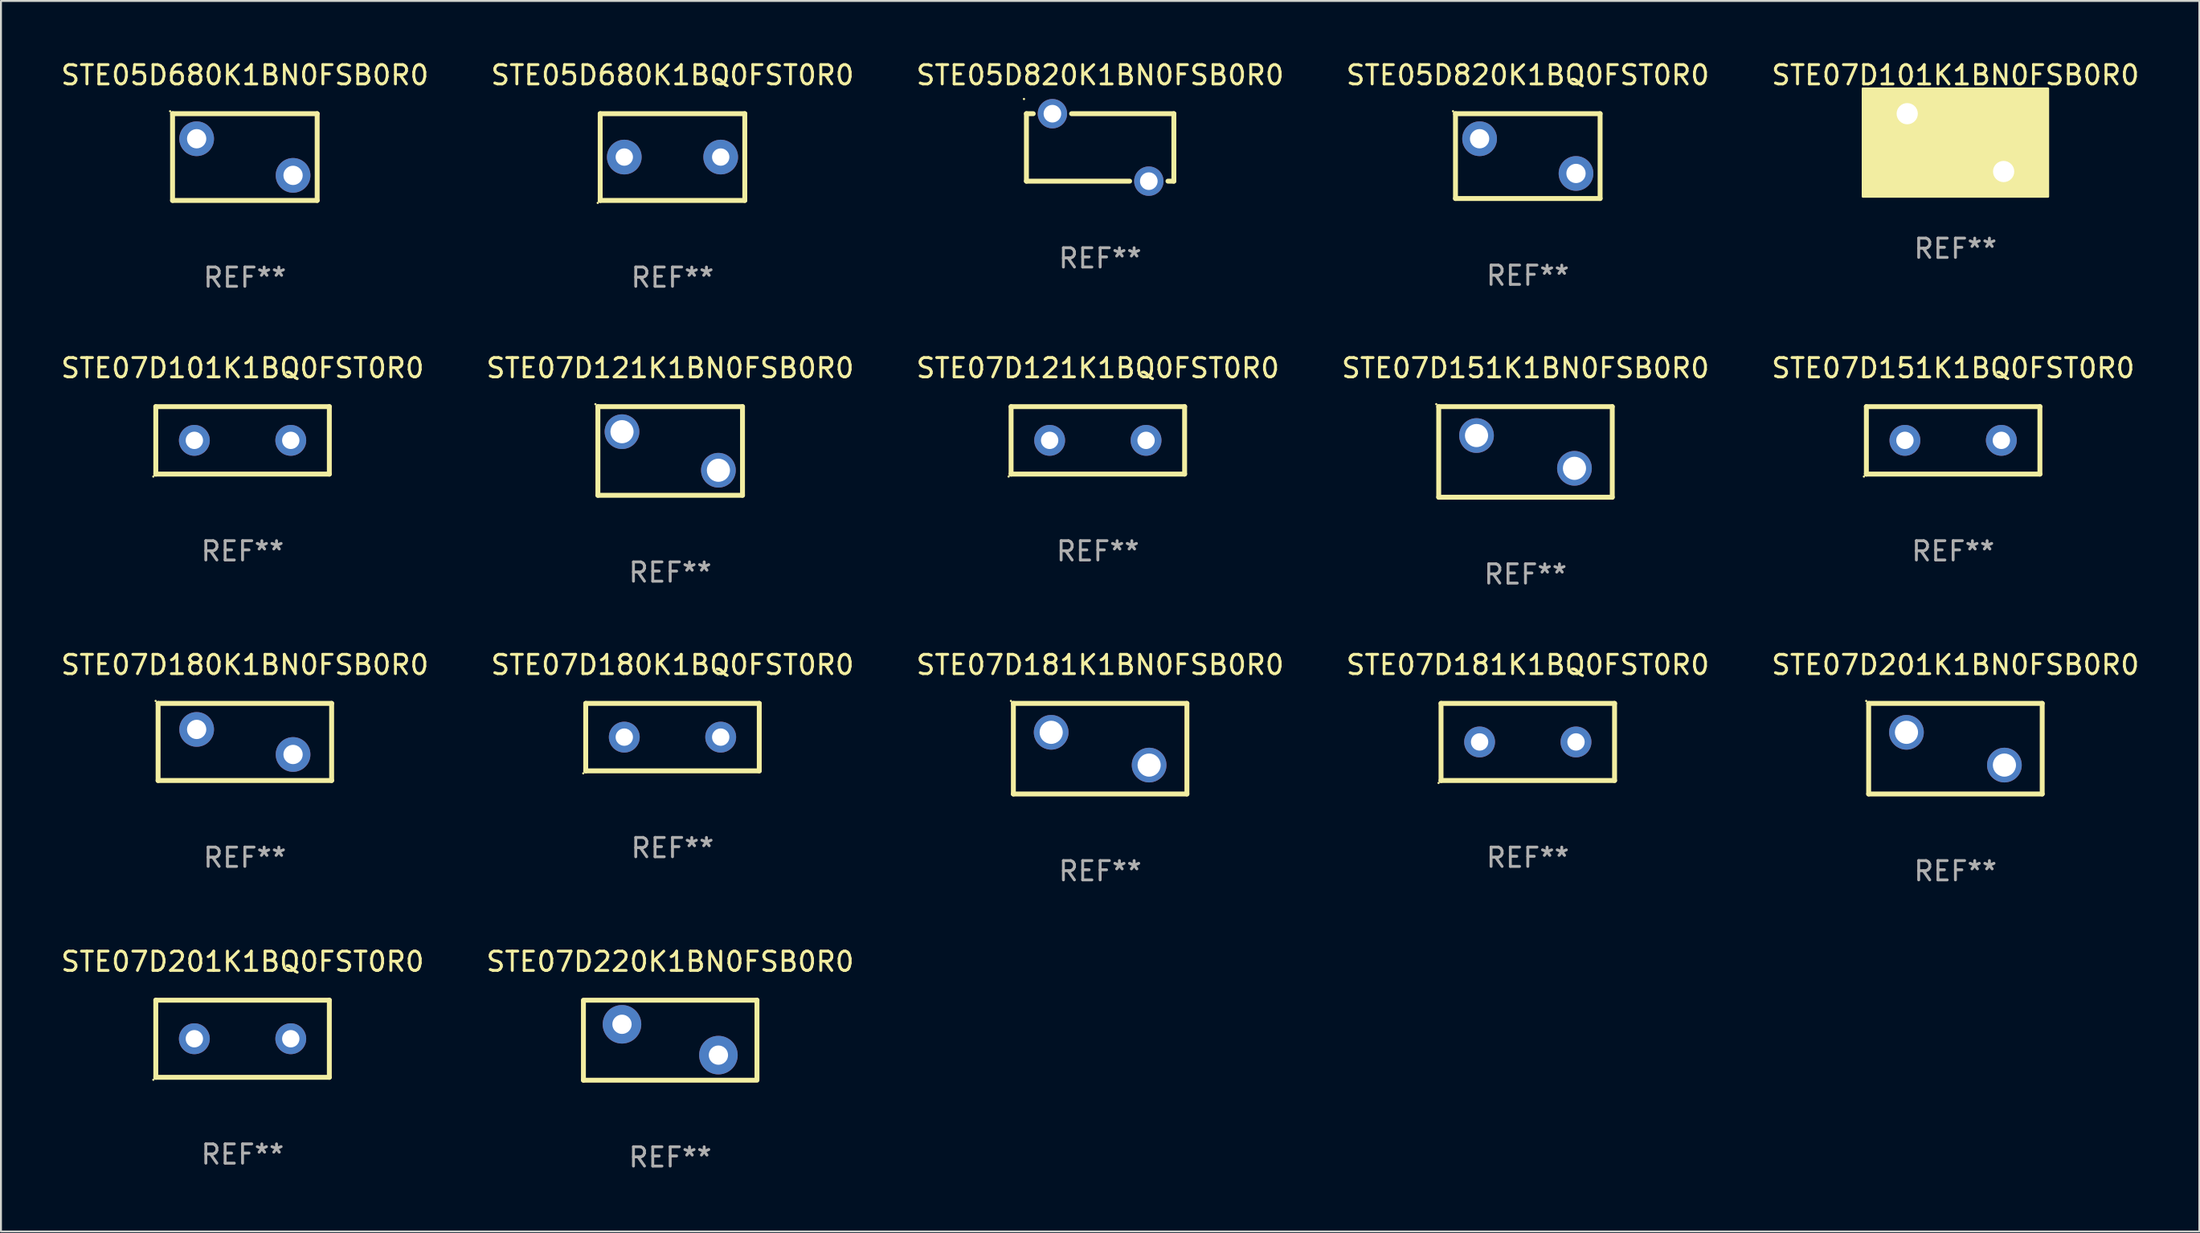
<source format=kicad_pcb>
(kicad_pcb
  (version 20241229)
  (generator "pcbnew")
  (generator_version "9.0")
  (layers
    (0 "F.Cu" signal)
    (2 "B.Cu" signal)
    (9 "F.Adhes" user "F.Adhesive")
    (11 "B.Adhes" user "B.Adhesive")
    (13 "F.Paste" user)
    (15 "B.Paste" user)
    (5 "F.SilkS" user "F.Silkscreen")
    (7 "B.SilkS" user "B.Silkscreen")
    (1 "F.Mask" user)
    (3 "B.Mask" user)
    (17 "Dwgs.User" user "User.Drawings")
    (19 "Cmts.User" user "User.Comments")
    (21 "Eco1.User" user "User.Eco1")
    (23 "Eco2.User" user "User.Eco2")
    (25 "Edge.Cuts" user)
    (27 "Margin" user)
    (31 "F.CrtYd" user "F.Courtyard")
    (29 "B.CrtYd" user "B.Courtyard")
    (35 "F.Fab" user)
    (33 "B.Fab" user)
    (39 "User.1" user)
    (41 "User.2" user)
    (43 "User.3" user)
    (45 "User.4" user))
  (footprint "STE07D201K1BQ0FST0R0"
    (layer "F.Cu")
    (at 9.53 50.838)
    (property "Reference" "STE07D201K1BQ0FST0R0" (at 0 -4 0) (layer "F.SilkS") (effects (font (size 1 1) (thickness 0.15))))
    (attr through_hole)
    (fp_line (start -4.5 -2) (end 4.5 -2) (stroke (width 0.254) (type solid)) (layer "F.SilkS"))
    (fp_line (start -4.5 2) (end -4.5 -2) (stroke (width 0.254) (type solid)) (layer "F.SilkS"))
    (fp_line (start 4.5 -2) (end 4.5 2) (stroke (width 0.254) (type solid)) (layer "F.SilkS"))
    (fp_line (start 4.5 2) (end -4.5 2) (stroke (width 0.254) (type solid)) (layer "F.SilkS"))
    (fp_circle (center -4.627 2.127) (end -4.597 2.127) (stroke (width 0.06) (type solid)) (fill no) (layer "F.SilkS"))
    (fp_text user "REF**" (at 0 6 0) (layer "F.Fab") (effects (font (size 1 1) (thickness 0.15))))
    (pad "1" thru_hole circle (at -2.5 0) (size 1.6 1.6) (drill 0.9) (layers "*.Cu" "*.Mask"))
    (pad "2" thru_hole circle (at 2.5 0) (size 1.6 1.6) (drill 0.9) (layers "*.Cu" "*.Mask")))
  (footprint "STE05D680K1BQ0FST0R0"
    (layer "F.Cu")
    (at 31.827 5.098)
    (property "Reference" "STE05D680K1BQ0FST0R0" (at 0 -4.25 0) (layer "F.SilkS") (effects (font (size 1 1) (thickness 0.15))))
    (attr through_hole)
    (fp_line (start -3.75 -2.25) (end -3.75 2.25) (stroke (width 0.254) (type solid)) (layer "F.SilkS"))
    (fp_line (start -3.75 -2.25) (end 3.75 -2.25) (stroke (width 0.254) (type solid)) (layer "F.SilkS"))
    (fp_line (start -3.75 2.25) (end 3.75 2.25) (stroke (width 0.254) (type solid)) (layer "F.SilkS"))
    (fp_line (start 3.75 -2.25) (end 3.75 2.25) (stroke (width 0.254) (type solid)) (layer "F.SilkS"))
    (fp_circle (center -3.877 2.377) (end -3.847 2.377) (stroke (width 0.06) (type solid)) (fill no) (layer "F.SilkS"))
    (fp_text user "REF**" (at 0 6.25 0) (layer "F.Fab") (effects (font (size 1 1) (thickness 0.15))))
    (pad "1" thru_hole circle (at -2.5 0) (size 1.8 1.8) (drill 0.9) (layers "*.Cu" "*.Mask"))
    (pad "2" thru_hole circle (at 2.5 0) (size 1.8 1.8) (drill 0.9) (layers "*.Cu" "*.Mask")))
  (footprint "STE07D101K1BQ0FST0R0"
    (layer "F.Cu")
    (at 9.53 19.795)
    (property "Reference" "STE07D101K1BQ0FST0R0" (at 0 -3.75 0) (layer "F.SilkS") (effects (font (size 1 1) (thickness 0.15))))
    (attr through_hole)
    (fp_line (start -4.5 -1.75) (end 4.5 -1.75) (stroke (width 0.254) (type solid)) (layer "F.SilkS"))
    (fp_line (start -4.5 1.75) (end -4.5 -1.75) (stroke (width 0.254) (type solid)) (layer "F.SilkS"))
    (fp_line (start 4.5 -1.75) (end 4.5 1.75) (stroke (width 0.254) (type solid)) (layer "F.SilkS"))
    (fp_line (start 4.5 1.75) (end -4.5 1.75) (stroke (width 0.254) (type solid)) (layer "F.SilkS"))
    (fp_circle (center -4.627 1.877) (end -4.597 1.877) (stroke (width 0.06) (type solid)) (fill no) (layer "F.SilkS"))
    (fp_text user "REF**" (at 0 5.75 0) (layer "F.Fab") (effects (font (size 1 1) (thickness 0.15))))
    (pad "1" thru_hole circle (at -2.5 0) (size 1.6 1.6) (drill 0.9) (layers "*.Cu" "*.Mask"))
    (pad "2" thru_hole circle (at 2.5 0) (size 1.6 1.6) (drill 0.9) (layers "*.Cu" "*.Mask")))
  (footprint "STE05D820K1BQ0FST0R0"
    (layer "F.Cu")
    (at 76.185 5.048)
    (property "Reference" "STE05D820K1BQ0FST0R0" (at 0 -4.2 0) (layer "F.SilkS") (effects (font (size 1 1) (thickness 0.15))))
    (attr through_hole)
    (fp_line (start -3.75 -2.2) (end 3.75 -2.2) (stroke (width 0.254) (type solid)) (layer "F.SilkS"))
    (fp_line (start -3.75 2.2) (end -3.75 -2.2) (stroke (width 0.254) (type solid)) (layer "F.SilkS"))
    (fp_line (start 3.75 -2.2) (end 3.75 2.2) (stroke (width 0.254) (type solid)) (layer "F.SilkS"))
    (fp_line (start 3.75 2.2) (end -3.75 2.2) (stroke (width 0.254) (type solid)) (layer "F.SilkS"))
    (fp_circle (center -3.877 -2.327) (end -3.847 -2.327) (stroke (width 0.06) (type solid)) (fill no) (layer "F.SilkS"))
    (fp_text user "REF**" (at 0 6.2 0) (layer "F.Fab") (effects (font (size 1 1) (thickness 0.15))))
    (pad "1" thru_hole circle (at -2.5 -0.9) (size 1.8 1.8) (drill 1) (layers "*.Cu" "*.Mask"))
    (pad "2" thru_hole circle (at 2.5 0.9) (size 1.8 1.8) (drill 1) (layers "*.Cu" "*.Mask")))
  (footprint "STE07D121K1BQ0FST0R0"
    (layer "F.Cu")
    (at 53.887 19.795)
    (property "Reference" "STE07D121K1BQ0FST0R0" (at 0 -3.75 0) (layer "F.SilkS") (effects (font (size 1 1) (thickness 0.15))))
    (attr through_hole)
    (fp_line (start -4.5 -1.75) (end 4.5 -1.75) (stroke (width 0.254) (type solid)) (layer "F.SilkS"))
    (fp_line (start -4.5 1.75) (end -4.5 -1.75) (stroke (width 0.254) (type solid)) (layer "F.SilkS"))
    (fp_line (start 4.5 -1.75) (end 4.5 1.75) (stroke (width 0.254) (type solid)) (layer "F.SilkS"))
    (fp_line (start 4.5 1.75) (end -4.5 1.75) (stroke (width 0.254) (type solid)) (layer "F.SilkS"))
    (fp_circle (center -4.627 1.877) (end -4.597 1.877) (stroke (width 0.06) (type solid)) (fill no) (layer "F.SilkS"))
    (fp_text user "REF**" (at 0 5.75 0) (layer "F.Fab") (effects (font (size 1 1) (thickness 0.15))))
    (pad "1" thru_hole circle (at -2.5 0) (size 1.6 1.6) (drill 0.9) (layers "*.Cu" "*.Mask"))
    (pad "2" thru_hole circle (at 2.5 0) (size 1.6 1.6) (drill 0.9) (layers "*.Cu" "*.Mask")))
  (footprint "STE05D680K1BN0FSB0R0"
    (layer "F.Cu")
    (at 9.649 5.098)
    (property "Reference" "STE05D680K1BN0FSB0R0" (at 0 -4.25 0) (layer "F.SilkS") (effects (font (size 1 1) (thickness 0.15))))
    (attr through_hole)
    (fp_line (start -3.75 -2.25) (end -3.75 2.25) (stroke (width 0.254) (type solid)) (layer "F.SilkS"))
    (fp_line (start -3.75 -2.25) (end 3.75 -2.25) (stroke (width 0.254) (type solid)) (layer "F.SilkS"))
    (fp_line (start -3.75 2.25) (end 3.75 2.25) (stroke (width 0.254) (type solid)) (layer "F.SilkS"))
    (fp_line (start 3.75 -2.25) (end 3.75 2.25) (stroke (width 0.254) (type solid)) (layer "F.SilkS"))
    (fp_circle (center -3.877 -2.377) (end -3.847 -2.377) (stroke (width 0.06) (type solid)) (fill no) (layer "F.SilkS"))
    (fp_text user "REF**" (at 0 6.25 0) (layer "F.Fab") (effects (font (size 1 1) (thickness 0.15))))
    (pad "1" thru_hole circle (at -2.5 -0.95) (size 1.8 1.8) (drill 1) (layers "*.Cu" "*.Mask"))
    (pad "2" thru_hole circle (at 2.5 0.95) (size 1.8 1.8) (drill 1) (layers "*.Cu" "*.Mask")))
  (footprint "STE07D151K1BQ0FST0R0"
    (layer "F.Cu")
    (at 98.244 19.795)
    (property "Reference" "STE07D151K1BQ0FST0R0" (at 0 -3.75 0) (layer "F.SilkS") (effects (font (size 1 1) (thickness 0.15))))
    (attr through_hole)
    (fp_line (start -4.5 -1.75) (end 4.5 -1.75) (stroke (width 0.254) (type solid)) (layer "F.SilkS"))
    (fp_line (start -4.5 1.75) (end -4.5 -1.75) (stroke (width 0.254) (type solid)) (layer "F.SilkS"))
    (fp_line (start 4.5 -1.75) (end 4.5 1.75) (stroke (width 0.254) (type solid)) (layer "F.SilkS"))
    (fp_line (start 4.5 1.75) (end -4.5 1.75) (stroke (width 0.254) (type solid)) (layer "F.SilkS"))
    (fp_circle (center -4.627 1.877) (end -4.597 1.877) (stroke (width 0.06) (type solid)) (fill no) (layer "F.SilkS"))
    (fp_text user "REF**" (at 0 5.75 0) (layer "F.Fab") (effects (font (size 1 1) (thickness 0.15))))
    (pad "1" thru_hole circle (at -2.5 0) (size 1.6 1.6) (drill 0.9) (layers "*.Cu" "*.Mask"))
    (pad "2" thru_hole circle (at 2.5 0) (size 1.6 1.6) (drill 0.9) (layers "*.Cu" "*.Mask")))
  (footprint "STE07D201K1BN0FSB0R0"
    (layer "F.Cu")
    (at 98.363 35.791)
    (property "Reference" "STE07D201K1BN0FSB0R0" (at 0 -4.35 0) (layer "F.SilkS") (effects (font (size 1 1) (thickness 0.15))))
    (attr through_hole)
    (fp_line (start -4.5 -2.35) (end 4.5 -2.35) (stroke (width 0.254) (type solid)) (layer "F.SilkS"))
    (fp_line (start -4.5 2.35) (end -4.5 -2.35) (stroke (width 0.254) (type solid)) (layer "F.SilkS"))
    (fp_line (start 4.5 -2.35) (end 4.5 2.35) (stroke (width 0.254) (type solid)) (layer "F.SilkS"))
    (fp_line (start 4.5 2.35) (end -4.5 2.35) (stroke (width 0.254) (type solid)) (layer "F.SilkS"))
    (fp_circle (center -4.627 -2.477) (end -4.597 -2.477) (stroke (width 0.06) (type solid)) (fill no) (layer "F.SilkS"))
    (fp_text user "REF**" (at 0 6.35 0) (layer "F.Fab") (effects (font (size 1 1) (thickness 0.15))))
    (pad "1" thru_hole circle (at -2.54 -0.85) (size 1.8 1.8) (drill 1.2) (layers "*.Cu" "*.Mask"))
    (pad "2" thru_hole circle (at 2.54 0.85) (size 1.8 1.8) (drill 1.2) (layers "*.Cu" "*.Mask")))
  (footprint "STE07D121K1BN0FSB0R0"
    (layer "F.Cu")
    (at 31.708 20.345)
    (property "Reference" "STE07D121K1BN0FSB0R0" (at 0 -4.3 0) (layer "F.SilkS") (effects (font (size 1 1) (thickness 0.15))))
    (attr through_hole)
    (fp_line (start -3.75 -2.3) (end 3.75 -2.3) (stroke (width 0.254) (type solid)) (layer "F.SilkS"))
    (fp_line (start -3.75 2.3) (end -3.75 -2.3) (stroke (width 0.254) (type solid)) (layer "F.SilkS"))
    (fp_line (start 3.75 -2.3) (end 3.75 2.3) (stroke (width 0.254) (type solid)) (layer "F.SilkS"))
    (fp_line (start 3.75 2.3) (end -3.75 2.3) (stroke (width 0.254) (type solid)) (layer "F.SilkS"))
    (fp_circle (center -3.877 -2.427) (end -3.847 -2.427) (stroke (width 0.06) (type solid)) (fill no) (layer "F.SilkS"))
    (fp_text user "REF**" (at 0 6.3 0) (layer "F.Fab") (effects (font (size 1 1) (thickness 0.15))))
    (pad "1" thru_hole circle (at -2.5 -1) (size 1.8 1.8) (drill 1.2) (layers "*.Cu" "*.Mask"))
    (pad "2" thru_hole circle (at 2.5 1) (size 1.8 1.8) (drill 1.2) (layers "*.Cu" "*.Mask")))
  (footprint "STE07D101K1BN0FSB0R0"
    (layer "F.Cu")
    (at 98.363 4.348)
    (property "Reference" "STE07D101K1BN0FSB0R0" (at 0 -3.5 0) (layer "F.SilkS") (effects (font (size 1 1) (thickness 0.15))))
    (attr through_hole)
    (fp_circle (center -4.8 -2.8) (end -4.77 -2.8) (stroke (width 0.06) (type solid)) (fill no) (layer "F.SilkS"))
    (fp_poly (pts (xy -4.8 -2.8) (xy 4.8 -2.8) (xy 4.8 2.8) (xy -4.8 2.8)) (stroke (width 0.12) (type solid)) (fill yes) (layer "F.SilkS"))
    (fp_text user "REF**" (at 0 5.5 0) (layer "F.Fab") (effects (font (size 1 1) (thickness 0.15))))
    (pad "1" thru_hole circle (at -2.5 -1.5) (size 1.8 1.8) (drill 1.1) (layers "*.Cu" "*.Mask"))
    (pad "2" thru_hole circle (at 2.5 1.5) (size 1.8 1.8) (drill 1.1) (layers "*.Cu" "*.Mask")))
  (footprint "STE07D151K1BN0FSB0R0"
    (layer "F.Cu")
    (at 76.065 20.395)
    (property "Reference" "STE07D151K1BN0FSB0R0" (at 0 -4.35 0) (layer "F.SilkS") (effects (font (size 1 1) (thickness 0.15))))
    (attr through_hole)
    (fp_line (start -4.5 -2.35) (end 4.5 -2.35) (stroke (width 0.254) (type solid)) (layer "F.SilkS"))
    (fp_line (start -4.5 2.35) (end -4.5 -2.35) (stroke (width 0.254) (type solid)) (layer "F.SilkS"))
    (fp_line (start 4.5 -2.35) (end 4.5 2.35) (stroke (width 0.254) (type solid)) (layer "F.SilkS"))
    (fp_line (start 4.5 2.35) (end -4.5 2.35) (stroke (width 0.254) (type solid)) (layer "F.SilkS"))
    (fp_circle (center -4.627 -2.477) (end -4.597 -2.477) (stroke (width 0.06) (type solid)) (fill no) (layer "F.SilkS"))
    (fp_text user "REF**" (at 0 6.35 0) (layer "F.Fab") (effects (font (size 1 1) (thickness 0.15))))
    (pad "1" thru_hole circle (at -2.54 -0.85) (size 1.8 1.8) (drill 1.2) (layers "*.Cu" "*.Mask"))
    (pad "2" thru_hole circle (at 2.54 0.85) (size 1.8 1.8) (drill 1.2) (layers "*.Cu" "*.Mask")))
  (footprint "STE07D181K1BN0FSB0R0"
    (layer "F.Cu")
    (at 54.006 35.791)
    (property "Reference" "STE07D181K1BN0FSB0R0" (at 0 -4.35 0) (layer "F.SilkS") (effects (font (size 1 1) (thickness 0.15))))
    (attr through_hole)
    (fp_line (start -4.5 -2.35) (end 4.5 -2.35) (stroke (width 0.254) (type solid)) (layer "F.SilkS"))
    (fp_line (start -4.5 2.35) (end -4.5 -2.35) (stroke (width 0.254) (type solid)) (layer "F.SilkS"))
    (fp_line (start 4.5 -2.35) (end 4.5 2.35) (stroke (width 0.254) (type solid)) (layer "F.SilkS"))
    (fp_line (start 4.5 2.35) (end -4.5 2.35) (stroke (width 0.254) (type solid)) (layer "F.SilkS"))
    (fp_circle (center -4.627 -2.477) (end -4.597 -2.477) (stroke (width 0.06) (type solid)) (fill no) (layer "F.SilkS"))
    (fp_text user "REF**" (at 0 6.35 0) (layer "F.Fab") (effects (font (size 1 1) (thickness 0.15))))
    (pad "1" thru_hole circle (at -2.54 -0.85) (size 1.8 1.8) (drill 1.2) (layers "*.Cu" "*.Mask"))
    (pad "2" thru_hole circle (at 2.54 0.85) (size 1.8 1.8) (drill 1.2) (layers "*.Cu" "*.Mask")))
  (footprint "STE07D220K1BN0FSB0R0"
    (layer "F.Cu")
    (at 31.708 50.913)
    (property "Reference" "STE07D220K1BN0FSB0R0" (at 0 -4.075 0) (layer "F.SilkS") (effects (font (size 1 1) (thickness 0.15))))
    (attr through_hole)
    (fp_line (start -4.5 -2.075) (end 4.5 -2.075) (stroke (width 0.254) (type solid)) (layer "F.SilkS"))
    (fp_line (start -4.5 2.075) (end -4.5 -2.025) (stroke (width 0.254) (type solid)) (layer "F.SilkS"))
    (fp_line (start 4.5 -2.075) (end 4.5 2.025) (stroke (width 0.254) (type solid)) (layer "F.SilkS"))
    (fp_line (start 4.5 2.075) (end -4.5 2.075) (stroke (width 0.254) (type solid)) (layer "F.SilkS"))
    (fp_circle (center -4.5 -2.075) (end -4.47 -2.075) (stroke (width 0.06) (type solid)) (fill no) (layer "F.SilkS"))
    (fp_text user "REF**" (at 0 6.075 0) (layer "F.Fab") (effects (font (size 1 1) (thickness 0.15))))
    (pad "1" thru_hole circle (at -2.5 -0.825) (size 2 2) (drill 1) (layers "*.Cu" "*.Mask"))
    (pad "2" thru_hole circle (at 2.5 0.775) (size 2 2) (drill 1) (layers "*.Cu" "*.Mask")))
  (footprint "STE07D181K1BQ0FST0R0"
    (layer "F.Cu")
    (at 76.185 35.441)
    (property "Reference" "STE07D181K1BQ0FST0R0" (at 0 -4 0) (layer "F.SilkS") (effects (font (size 1 1) (thickness 0.15))))
    (attr through_hole)
    (fp_line (start -4.5 -2) (end 4.5 -2) (stroke (width 0.254) (type solid)) (layer "F.SilkS"))
    (fp_line (start -4.5 2) (end -4.5 -2) (stroke (width 0.254) (type solid)) (layer "F.SilkS"))
    (fp_line (start 4.5 -2) (end 4.5 2) (stroke (width 0.254) (type solid)) (layer "F.SilkS"))
    (fp_line (start 4.5 2) (end -4.5 2) (stroke (width 0.254) (type solid)) (layer "F.SilkS"))
    (fp_circle (center -4.627 2.127) (end -4.597 2.127) (stroke (width 0.06) (type solid)) (fill no) (layer "F.SilkS"))
    (fp_text user "REF**" (at 0 6 0) (layer "F.Fab") (effects (font (size 1 1) (thickness 0.15))))
    (pad "1" thru_hole circle (at -2.5 0) (size 1.6 1.6) (drill 0.9) (layers "*.Cu" "*.Mask"))
    (pad "2" thru_hole circle (at 2.5 0) (size 1.6 1.6) (drill 0.9) (layers "*.Cu" "*.Mask")))
  (footprint "STE07D180K1BN0FSB0R0"
    (layer "F.Cu")
    (at 9.649 35.441)
    (property "Reference" "STE07D180K1BN0FSB0R0" (at 0 -4 0) (layer "F.SilkS") (effects (font (size 1 1) (thickness 0.15))))
    (attr through_hole)
    (fp_line (start -4.5 -2) (end 4.5 -2) (stroke (width 0.254) (type solid)) (layer "F.SilkS"))
    (fp_line (start -4.5 2) (end -4.5 -2) (stroke (width 0.254) (type solid)) (layer "F.SilkS"))
    (fp_line (start 4.5 -2) (end 4.5 2) (stroke (width 0.254) (type solid)) (layer "F.SilkS"))
    (fp_line (start 4.5 2) (end -4.5 2) (stroke (width 0.254) (type solid)) (layer "F.SilkS"))
    (fp_circle (center -4.627 -2.127) (end -4.597 -2.127) (stroke (width 0.06) (type solid)) (fill no) (layer "F.SilkS"))
    (fp_text user "REF**" (at 0 6 0) (layer "F.Fab") (effects (font (size 1 1) (thickness 0.15))))
    (pad "1" thru_hole circle (at -2.5 -0.65) (size 1.8 1.8) (drill 1) (layers "*.Cu" "*.Mask"))
    (pad "2" thru_hole circle (at 2.5 0.65) (size 1.8 1.8) (drill 1) (layers "*.Cu" "*.Mask")))
  (footprint "STE07D180K1BQ0FST0R0"
    (layer "F.Cu")
    (at 31.827 35.191)
    (property "Reference" "STE07D180K1BQ0FST0R0" (at 0 -3.75 0) (layer "F.SilkS") (effects (font (size 1 1) (thickness 0.15))))
    (attr through_hole)
    (fp_line (start -4.5 -1.75) (end 4.5 -1.75) (stroke (width 0.254) (type solid)) (layer "F.SilkS"))
    (fp_line (start -4.5 1.75) (end -4.5 -1.75) (stroke (width 0.254) (type solid)) (layer "F.SilkS"))
    (fp_line (start 4.5 -1.75) (end 4.5 1.75) (stroke (width 0.254) (type solid)) (layer "F.SilkS"))
    (fp_line (start 4.5 1.75) (end -4.5 1.75) (stroke (width 0.254) (type solid)) (layer "F.SilkS"))
    (fp_circle (center -4.627 1.877) (end -4.597 1.877) (stroke (width 0.06) (type solid)) (fill no) (layer "F.SilkS"))
    (fp_text user "REF**" (at 0 5.75 0) (layer "F.Fab") (effects (font (size 1 1) (thickness 0.15))))
    (pad "1" thru_hole circle (at -2.5 0) (size 1.6 1.6) (drill 0.9) (layers "*.Cu" "*.Mask"))
    (pad "2" thru_hole circle (at 2.5 0) (size 1.6 1.6) (drill 0.9) (layers "*.Cu" "*.Mask")))
  (footprint "STE05D820K1BN0FSB0R0"
    (layer "F.Cu")
    (at 54.006 4.598)
    (property "Reference" "STE05D820K1BN0FSB0R0" (at 0 -3.75 0) (layer "F.SilkS") (effects (font (size 1 1) (thickness 0.15))))
    (attr through_hole)
    (fp_line (start -3.823 -1.75) (end -3.47 -1.75) (stroke (width 0.254) (type solid)) (layer "F.SilkS"))
    (fp_line (start -3.823 1.75) (end -3.823 -1.75) (stroke (width 0.254) (type solid)) (layer "F.SilkS"))
    (fp_line (start -3.823 1.75) (end 1.53 1.75) (stroke (width 0.254) (type solid)) (layer "F.SilkS"))
    (fp_line (start -1.483 -1.75) (end 3.823 -1.75) (stroke (width 0.254) (type solid)) (layer "F.SilkS"))
    (fp_line (start 3.517 1.75) (end 3.823 1.75) (stroke (width 0.254) (type solid)) (layer "F.SilkS"))
    (fp_line (start 3.823 -1.75) (end 3.823 1.75) (stroke (width 0.254) (type solid)) (layer "F.SilkS"))
    (fp_circle (center -3.95 -2.512) (end -3.92 -2.512) (stroke (width 0.06) (type solid)) (fill no) (layer "F.SilkS"))
    (fp_text user "REF**" (at 0 5.75 0) (layer "F.Fab") (effects (font (size 1 1) (thickness 0.15))))
    (pad "1" thru_hole circle (at -2.476 -1.75) (size 1.524 1.524) (drill 0.914) (layers "*.Cu" "*.Mask"))
    (pad "2" thru_hole circle (at 2.524 1.75) (size 1.524 1.524) (drill 0.914) (layers "*.Cu" "*.Mask")))
  (gr_rect
    (start -3 -3)
    (end 111.012 60.836)
    (stroke (width 0.1) (type default))
    (fill no)
    (layer "Edge.Cuts")))
</source>
